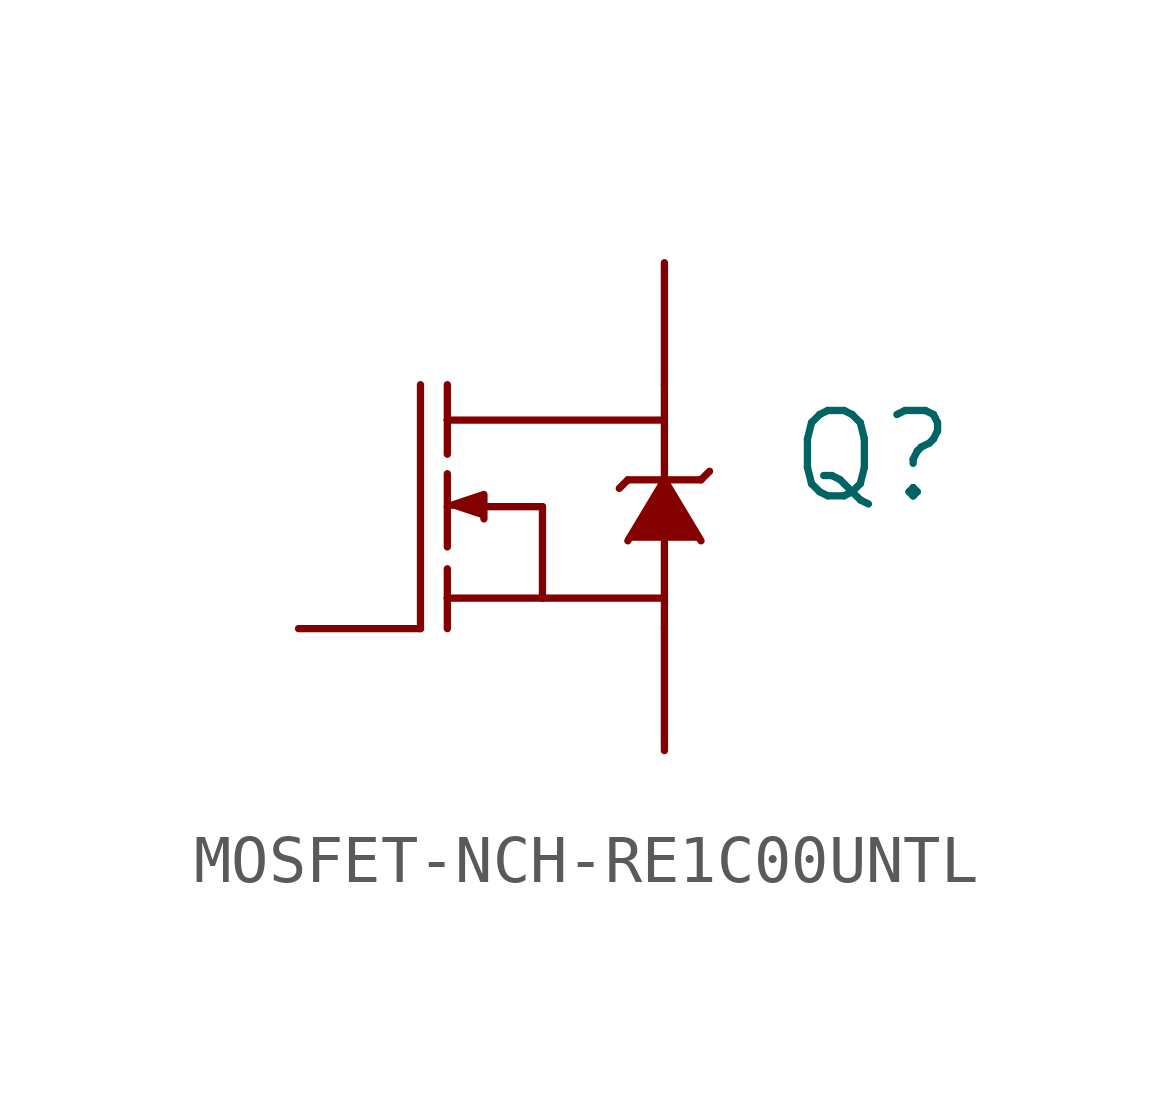
<source format=kicad_sym>
(kicad_symbol_lib
  (version 20231120)
  (generator "kicad_symbol_editor")
  (generator_version "8.0")
  (symbol "MOSFET-NCH-RE1C00UNTL"
    (property "Reference" "Q"
      (at 5.08 0 0)
      (effects (font (size 1.778 1.778)) (justify left bottom)))
    (property "Value" ""
      (at 5.08 -2.54 0)
      (effects (font (size 1.778 1.778)) (justify left bottom)))
    (property "ki_locked" ""
      (at 0 0 0)
      (effects (font (size 1.27 1.27))))
    (symbol "MOSFET-NCH-RE1C00UNTL_1_0"
      (polyline (pts (xy -2.54 -2.54) (xy -2.54 2.54)) (stroke (width 0.152) (type solid)) (fill (type none)))
      (polyline (pts (xy -1.981 -1.905) (xy -1.981 -2.54)) (stroke (width 0.152) (type solid)) (fill (type none)))
      (polyline (pts (xy -1.981 -1.905) (xy 0 -1.905)) (stroke (width 0.152) (type solid)) (fill (type none)))
      (polyline (pts (xy -1.981 -1.295) (xy -1.981 -1.905)) (stroke (width 0.152) (type solid)) (fill (type none)))
      (polyline (pts (xy -1.981 0.686) (xy -1.981 -0.838)) (stroke (width 0.152) (type solid)) (fill (type none)))
      (polyline (pts (xy -1.981 1.803) (xy -1.981 1.092)) (stroke (width 0.152) (type solid)) (fill (type none)))
      (polyline (pts (xy -1.981 1.803) (xy 2.54 1.803)) (stroke (width 0.152) (type solid)) (fill (type none)))
      (polyline (pts (xy -1.981 2.54) (xy -1.981 1.803)) (stroke (width 0.152) (type solid)) (fill (type none)))
      (polyline (pts (xy 0 -1.905) (xy 0 0)) (stroke (width 0.152) (type solid)) (fill (type none)))
      (polyline (pts (xy 0 0) (xy -1.219 0)) (stroke (width 0.152) (type solid)) (fill (type none)))
      (polyline (pts (xy 1.6 0.381) (xy 1.778 0.559)) (stroke (width 0.152) (type solid)) (fill (type none)))
      (polyline (pts (xy 2.54 -2.54) (xy 2.54 -1.905)) (stroke (width 0.152) (type solid)) (fill (type none)))
      (polyline (pts (xy 2.54 -1.905) (xy 0 -1.905)) (stroke (width 0.152) (type solid)) (fill (type none)))
      (polyline (pts (xy 2.54 -0.711) (xy 2.54 -1.905)) (stroke (width 0.152) (type solid)) (fill (type none)))
      (polyline (pts (xy 2.54 0.559) (xy 1.778 0.559)) (stroke (width 0.152) (type solid)) (fill (type none)))
      (polyline (pts (xy 2.54 0.559) (xy 3.302 0.559)) (stroke (width 0.152) (type solid)) (fill (type none)))
      (polyline (pts (xy 2.54 1.803) (xy 2.54 0.559)) (stroke (width 0.152) (type solid)) (fill (type none)))
      (polyline (pts (xy 2.54 2.54) (xy 2.54 1.803)) (stroke (width 0.152) (type solid)) (fill (type none)))
      (polyline (pts (xy 3.302 0.559) (xy 3.48 0.737)) (stroke (width 0.152) (type solid)) (fill (type none)))
      (polyline (pts (xy -1.981 0) (xy -1.219 0.254) (xy -1.219 -0.254)) (stroke (width 0.152) (type solid)) (fill (type outline)))
      (polyline (pts (xy 1.778 -0.711) (xy 2.54 0.559) (xy 3.302 -0.711)) (stroke (width 0.152) (type solid)) (fill (type outline)))
      (pin bidirectional line (at -5.08 -2.54 0) (length 2.54) (name "G" (effects (font (size 0 0)))) (number "1" (effects (font (size 0 0)))))
      (pin bidirectional line (at 2.54 -5.08 90) (length 2.54) (name "S" (effects (font (size 0 0)))) (number "2" (effects (font (size 0 0)))))
      (pin bidirectional line (at 2.54 5.08 270) (length 2.54) (name "D" (effects (font (size 0 0)))) (number "3" (effects (font (size 0 0))))))))
</source>
